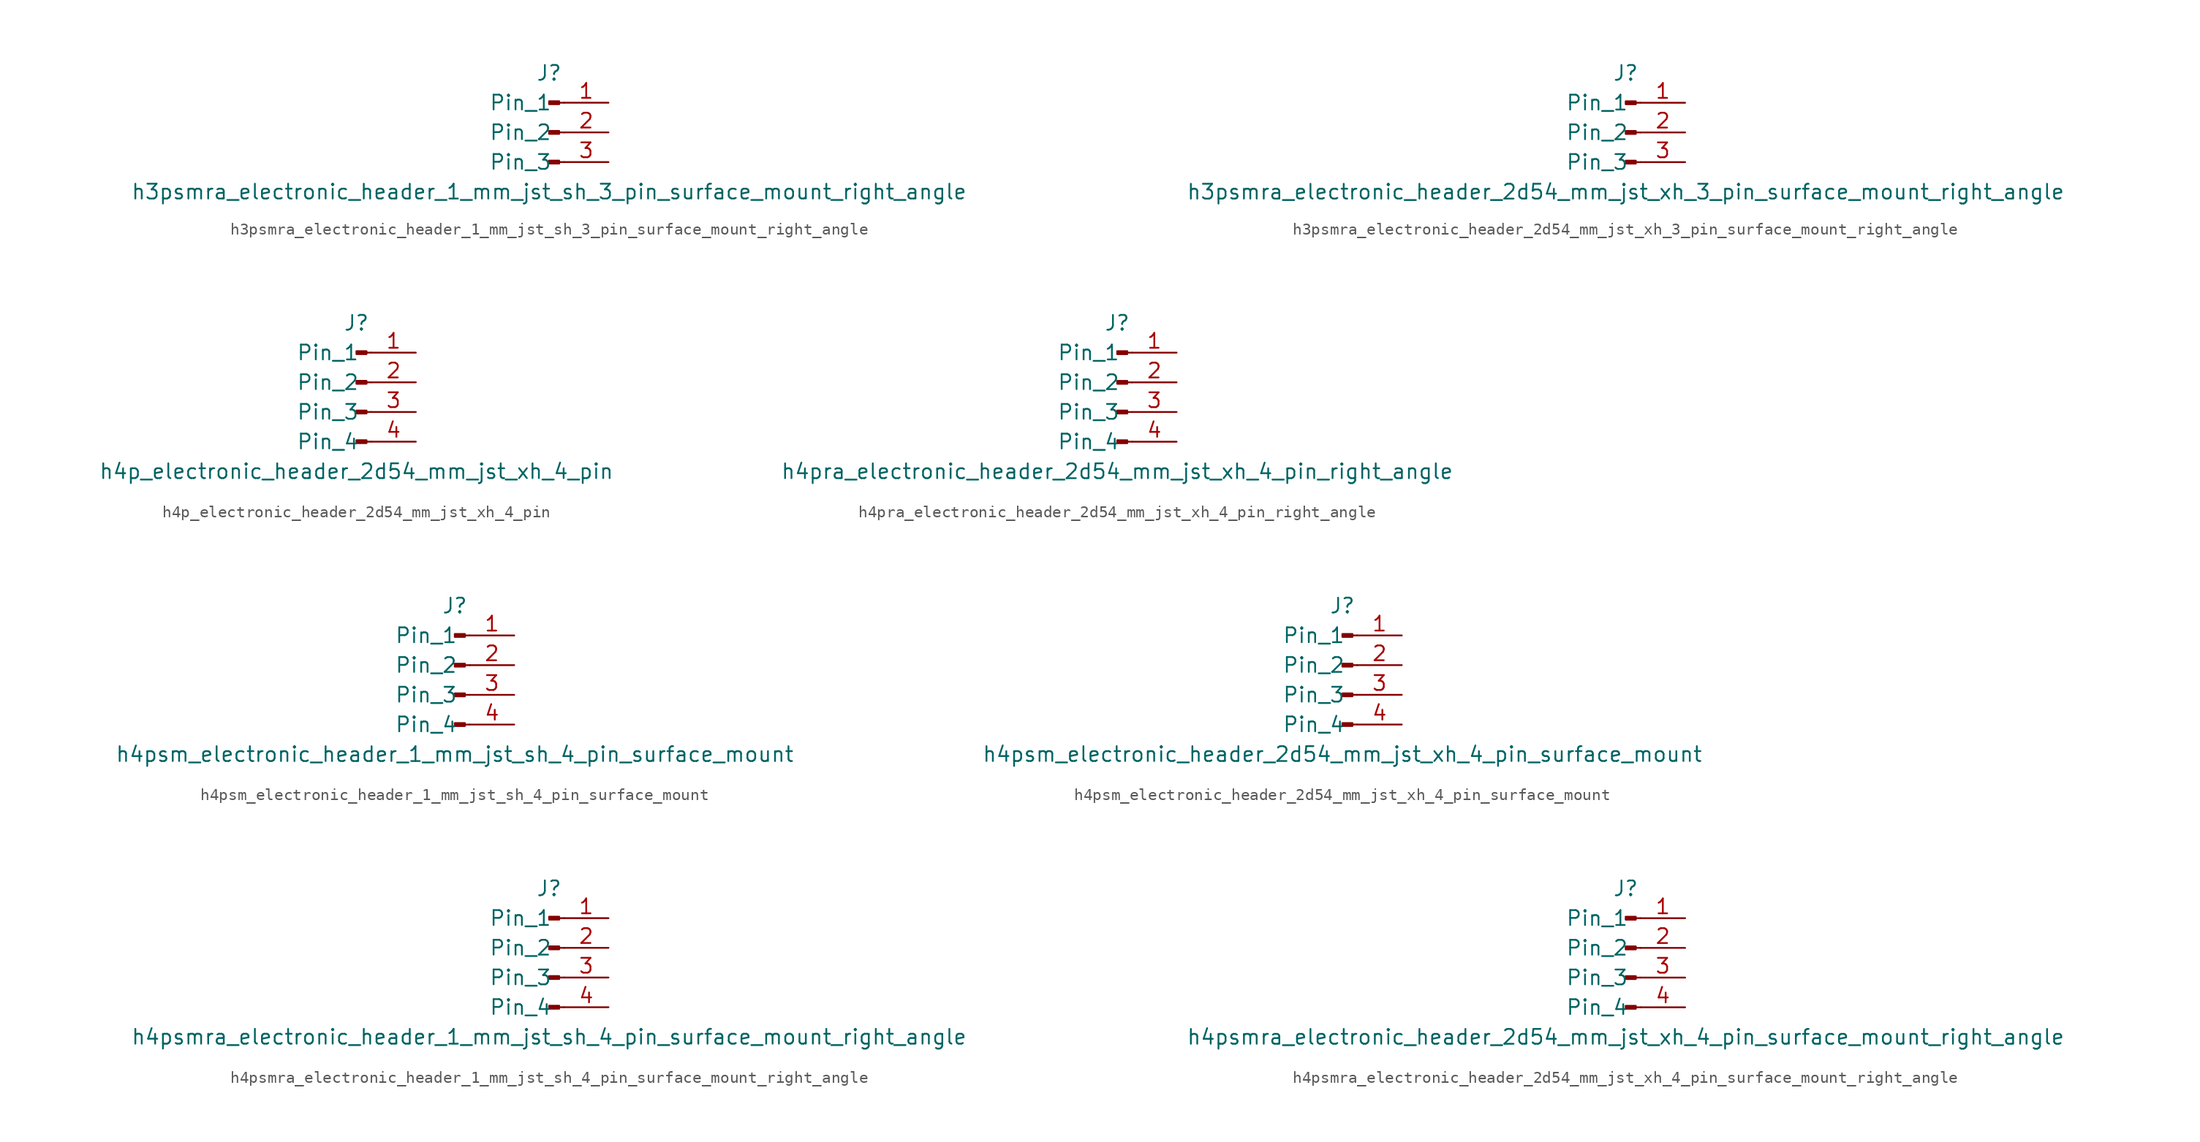
<source format=kicad_sym>
(kicad_symbol_lib
  (version 20220914)
  (generator kicad_symbol_editor)
  (symbol "h3psmra_electronic_header_1_mm_jst_sh_3_pin_surface_mount_right_angle"
    (pin_names
      (offset 1.016))
    (property "Reference" "J"
      (at 0 5.08 0)
      (effects (font (size 1.27 1.27))))
    (property "Value" "h3psmra_electronic_header_1_mm_jst_sh_3_pin_surface_mount_right_angle"
      (at 0 -5.08 0)
      (effects (font (size 1.27 1.27))))
    (property "ki_locked" ""
      (at 0 0 0)
      (effects (font (size 1.27 1.27))))
    (symbol "h3psmra_electronic_header_1_mm_jst_sh_3_pin_surface_mount_right_angle_1_1"
      (polyline (pts (xy 1.27 -2.54) (xy 0.864 -2.54)) (stroke (width 0.152) (type default)) (fill (type none)))
      (polyline (pts (xy 1.27 0) (xy 0.864 0)) (stroke (width 0.152) (type default)) (fill (type none)))
      (polyline (pts (xy 1.27 2.54) (xy 0.864 2.54)) (stroke (width 0.152) (type default)) (fill (type none)))
      (rectangle (start 0.864 -2.413) (end 0 -2.667) (stroke (width 0.152) (type default)) (fill (type outline)))
      (rectangle (start 0.864 0.127) (end 0 -0.127) (stroke (width 0.152) (type default)) (fill (type outline)))
      (rectangle (start 0.864 2.667) (end 0 2.413) (stroke (width 0.152) (type default)) (fill (type outline)))
      (pin passive line (at 5.08 2.54 180) (length 3.81) (name "Pin_1" (effects (font (size 1.27 1.27)))) (number "1" (effects (font (size 1.27 1.27)))))
      (pin passive line (at 5.08 0 180) (length 3.81) (name "Pin_2" (effects (font (size 1.27 1.27)))) (number "2" (effects (font (size 1.27 1.27)))))
      (pin passive line (at 5.08 -2.54 180) (length 3.81) (name "Pin_3" (effects (font (size 1.27 1.27)))) (number "3" (effects (font (size 1.27 1.27)))))))
  (symbol "h3psmra_electronic_header_2d54_mm_jst_xh_3_pin_surface_mount_right_angle"
    (pin_names
      (offset 1.016))
    (property "Reference" "J"
      (at 0 5.08 0)
      (effects (font (size 1.27 1.27))))
    (property "Value" "h3psmra_electronic_header_2d54_mm_jst_xh_3_pin_surface_mount_right_angle"
      (at 0 -5.08 0)
      (effects (font (size 1.27 1.27))))
    (property "ki_locked" ""
      (at 0 0 0)
      (effects (font (size 1.27 1.27))))
    (symbol "h3psmra_electronic_header_2d54_mm_jst_xh_3_pin_surface_mount_right_angle_1_1"
      (polyline (pts (xy 1.27 -2.54) (xy 0.864 -2.54)) (stroke (width 0.152) (type default)) (fill (type none)))
      (polyline (pts (xy 1.27 0) (xy 0.864 0)) (stroke (width 0.152) (type default)) (fill (type none)))
      (polyline (pts (xy 1.27 2.54) (xy 0.864 2.54)) (stroke (width 0.152) (type default)) (fill (type none)))
      (rectangle (start 0.864 -2.413) (end 0 -2.667) (stroke (width 0.152) (type default)) (fill (type outline)))
      (rectangle (start 0.864 0.127) (end 0 -0.127) (stroke (width 0.152) (type default)) (fill (type outline)))
      (rectangle (start 0.864 2.667) (end 0 2.413) (stroke (width 0.152) (type default)) (fill (type outline)))
      (pin passive line (at 5.08 2.54 180) (length 3.81) (name "Pin_1" (effects (font (size 1.27 1.27)))) (number "1" (effects (font (size 1.27 1.27)))))
      (pin passive line (at 5.08 0 180) (length 3.81) (name "Pin_2" (effects (font (size 1.27 1.27)))) (number "2" (effects (font (size 1.27 1.27)))))
      (pin passive line (at 5.08 -2.54 180) (length 3.81) (name "Pin_3" (effects (font (size 1.27 1.27)))) (number "3" (effects (font (size 1.27 1.27)))))))
  (symbol "h4p_electronic_header_2d54_mm_jst_xh_4_pin"
    (pin_names
      (offset 1.016))
    (property "Reference" "J"
      (at 0 5.08 0)
      (effects (font (size 1.27 1.27))))
    (property "Value" "h4p_electronic_header_2d54_mm_jst_xh_4_pin"
      (at 0 -7.62 0)
      (effects (font (size 1.27 1.27))))
    (property "ki_locked" ""
      (at 0 0 0)
      (effects (font (size 1.27 1.27))))
    (symbol "h4p_electronic_header_2d54_mm_jst_xh_4_pin_1_1"
      (polyline (pts (xy 1.27 -5.08) (xy 0.864 -5.08)) (stroke (width 0.152) (type default)) (fill (type none)))
      (polyline (pts (xy 1.27 -2.54) (xy 0.864 -2.54)) (stroke (width 0.152) (type default)) (fill (type none)))
      (polyline (pts (xy 1.27 0) (xy 0.864 0)) (stroke (width 0.152) (type default)) (fill (type none)))
      (polyline (pts (xy 1.27 2.54) (xy 0.864 2.54)) (stroke (width 0.152) (type default)) (fill (type none)))
      (rectangle (start 0.864 -4.953) (end 0 -5.207) (stroke (width 0.152) (type default)) (fill (type outline)))
      (rectangle (start 0.864 -2.413) (end 0 -2.667) (stroke (width 0.152) (type default)) (fill (type outline)))
      (rectangle (start 0.864 0.127) (end 0 -0.127) (stroke (width 0.152) (type default)) (fill (type outline)))
      (rectangle (start 0.864 2.667) (end 0 2.413) (stroke (width 0.152) (type default)) (fill (type outline)))
      (pin passive line (at 5.08 2.54 180) (length 3.81) (name "Pin_1" (effects (font (size 1.27 1.27)))) (number "1" (effects (font (size 1.27 1.27)))))
      (pin passive line (at 5.08 0 180) (length 3.81) (name "Pin_2" (effects (font (size 1.27 1.27)))) (number "2" (effects (font (size 1.27 1.27)))))
      (pin passive line (at 5.08 -2.54 180) (length 3.81) (name "Pin_3" (effects (font (size 1.27 1.27)))) (number "3" (effects (font (size 1.27 1.27)))))
      (pin passive line (at 5.08 -5.08 180) (length 3.81) (name "Pin_4" (effects (font (size 1.27 1.27)))) (number "4" (effects (font (size 1.27 1.27)))))))
  (symbol "h4pra_electronic_header_2d54_mm_jst_xh_4_pin_right_angle"
    (pin_names
      (offset 1.016))
    (property "Reference" "J"
      (at 0 5.08 0)
      (effects (font (size 1.27 1.27))))
    (property "Value" "h4pra_electronic_header_2d54_mm_jst_xh_4_pin_right_angle"
      (at 0 -7.62 0)
      (effects (font (size 1.27 1.27))))
    (property "ki_locked" ""
      (at 0 0 0)
      (effects (font (size 1.27 1.27))))
    (symbol "h4pra_electronic_header_2d54_mm_jst_xh_4_pin_right_angle_1_1"
      (polyline (pts (xy 1.27 -5.08) (xy 0.864 -5.08)) (stroke (width 0.152) (type default)) (fill (type none)))
      (polyline (pts (xy 1.27 -2.54) (xy 0.864 -2.54)) (stroke (width 0.152) (type default)) (fill (type none)))
      (polyline (pts (xy 1.27 0) (xy 0.864 0)) (stroke (width 0.152) (type default)) (fill (type none)))
      (polyline (pts (xy 1.27 2.54) (xy 0.864 2.54)) (stroke (width 0.152) (type default)) (fill (type none)))
      (rectangle (start 0.864 -4.953) (end 0 -5.207) (stroke (width 0.152) (type default)) (fill (type outline)))
      (rectangle (start 0.864 -2.413) (end 0 -2.667) (stroke (width 0.152) (type default)) (fill (type outline)))
      (rectangle (start 0.864 0.127) (end 0 -0.127) (stroke (width 0.152) (type default)) (fill (type outline)))
      (rectangle (start 0.864 2.667) (end 0 2.413) (stroke (width 0.152) (type default)) (fill (type outline)))
      (pin passive line (at 5.08 2.54 180) (length 3.81) (name "Pin_1" (effects (font (size 1.27 1.27)))) (number "1" (effects (font (size 1.27 1.27)))))
      (pin passive line (at 5.08 0 180) (length 3.81) (name "Pin_2" (effects (font (size 1.27 1.27)))) (number "2" (effects (font (size 1.27 1.27)))))
      (pin passive line (at 5.08 -2.54 180) (length 3.81) (name "Pin_3" (effects (font (size 1.27 1.27)))) (number "3" (effects (font (size 1.27 1.27)))))
      (pin passive line (at 5.08 -5.08 180) (length 3.81) (name "Pin_4" (effects (font (size 1.27 1.27)))) (number "4" (effects (font (size 1.27 1.27)))))))
  (symbol "h4psm_electronic_header_1_mm_jst_sh_4_pin_surface_mount"
    (pin_names
      (offset 1.016))
    (property "Reference" "J"
      (at 0 5.08 0)
      (effects (font (size 1.27 1.27))))
    (property "Value" "h4psm_electronic_header_1_mm_jst_sh_4_pin_surface_mount"
      (at 0 -7.62 0)
      (effects (font (size 1.27 1.27))))
    (property "ki_locked" ""
      (at 0 0 0)
      (effects (font (size 1.27 1.27))))
    (symbol "h4psm_electronic_header_1_mm_jst_sh_4_pin_surface_mount_1_1"
      (polyline (pts (xy 1.27 -5.08) (xy 0.864 -5.08)) (stroke (width 0.152) (type default)) (fill (type none)))
      (polyline (pts (xy 1.27 -2.54) (xy 0.864 -2.54)) (stroke (width 0.152) (type default)) (fill (type none)))
      (polyline (pts (xy 1.27 0) (xy 0.864 0)) (stroke (width 0.152) (type default)) (fill (type none)))
      (polyline (pts (xy 1.27 2.54) (xy 0.864 2.54)) (stroke (width 0.152) (type default)) (fill (type none)))
      (rectangle (start 0.864 -4.953) (end 0 -5.207) (stroke (width 0.152) (type default)) (fill (type outline)))
      (rectangle (start 0.864 -2.413) (end 0 -2.667) (stroke (width 0.152) (type default)) (fill (type outline)))
      (rectangle (start 0.864 0.127) (end 0 -0.127) (stroke (width 0.152) (type default)) (fill (type outline)))
      (rectangle (start 0.864 2.667) (end 0 2.413) (stroke (width 0.152) (type default)) (fill (type outline)))
      (pin passive line (at 5.08 2.54 180) (length 3.81) (name "Pin_1" (effects (font (size 1.27 1.27)))) (number "1" (effects (font (size 1.27 1.27)))))
      (pin passive line (at 5.08 0 180) (length 3.81) (name "Pin_2" (effects (font (size 1.27 1.27)))) (number "2" (effects (font (size 1.27 1.27)))))
      (pin passive line (at 5.08 -2.54 180) (length 3.81) (name "Pin_3" (effects (font (size 1.27 1.27)))) (number "3" (effects (font (size 1.27 1.27)))))
      (pin passive line (at 5.08 -5.08 180) (length 3.81) (name "Pin_4" (effects (font (size 1.27 1.27)))) (number "4" (effects (font (size 1.27 1.27)))))))
  (symbol "h4psm_electronic_header_2d54_mm_jst_xh_4_pin_surface_mount"
    (pin_names
      (offset 1.016))
    (property "Reference" "J"
      (at 0 5.08 0)
      (effects (font (size 1.27 1.27))))
    (property "Value" "h4psm_electronic_header_2d54_mm_jst_xh_4_pin_surface_mount"
      (at 0 -7.62 0)
      (effects (font (size 1.27 1.27))))
    (property "ki_locked" ""
      (at 0 0 0)
      (effects (font (size 1.27 1.27))))
    (symbol "h4psm_electronic_header_2d54_mm_jst_xh_4_pin_surface_mount_1_1"
      (polyline (pts (xy 1.27 -5.08) (xy 0.864 -5.08)) (stroke (width 0.152) (type default)) (fill (type none)))
      (polyline (pts (xy 1.27 -2.54) (xy 0.864 -2.54)) (stroke (width 0.152) (type default)) (fill (type none)))
      (polyline (pts (xy 1.27 0) (xy 0.864 0)) (stroke (width 0.152) (type default)) (fill (type none)))
      (polyline (pts (xy 1.27 2.54) (xy 0.864 2.54)) (stroke (width 0.152) (type default)) (fill (type none)))
      (rectangle (start 0.864 -4.953) (end 0 -5.207) (stroke (width 0.152) (type default)) (fill (type outline)))
      (rectangle (start 0.864 -2.413) (end 0 -2.667) (stroke (width 0.152) (type default)) (fill (type outline)))
      (rectangle (start 0.864 0.127) (end 0 -0.127) (stroke (width 0.152) (type default)) (fill (type outline)))
      (rectangle (start 0.864 2.667) (end 0 2.413) (stroke (width 0.152) (type default)) (fill (type outline)))
      (pin passive line (at 5.08 2.54 180) (length 3.81) (name "Pin_1" (effects (font (size 1.27 1.27)))) (number "1" (effects (font (size 1.27 1.27)))))
      (pin passive line (at 5.08 0 180) (length 3.81) (name "Pin_2" (effects (font (size 1.27 1.27)))) (number "2" (effects (font (size 1.27 1.27)))))
      (pin passive line (at 5.08 -2.54 180) (length 3.81) (name "Pin_3" (effects (font (size 1.27 1.27)))) (number "3" (effects (font (size 1.27 1.27)))))
      (pin passive line (at 5.08 -5.08 180) (length 3.81) (name "Pin_4" (effects (font (size 1.27 1.27)))) (number "4" (effects (font (size 1.27 1.27)))))))
  (symbol "h4psmra_electronic_header_1_mm_jst_sh_4_pin_surface_mount_right_angle"
    (pin_names
      (offset 1.016))
    (property "Reference" "J"
      (at 0 5.08 0)
      (effects (font (size 1.27 1.27))))
    (property "Value" "h4psmra_electronic_header_1_mm_jst_sh_4_pin_surface_mount_right_angle"
      (at 0 -7.62 0)
      (effects (font (size 1.27 1.27))))
    (property "ki_locked" ""
      (at 0 0 0)
      (effects (font (size 1.27 1.27))))
    (symbol "h4psmra_electronic_header_1_mm_jst_sh_4_pin_surface_mount_right_angle_1_1"
      (polyline (pts (xy 1.27 -5.08) (xy 0.864 -5.08)) (stroke (width 0.152) (type default)) (fill (type none)))
      (polyline (pts (xy 1.27 -2.54) (xy 0.864 -2.54)) (stroke (width 0.152) (type default)) (fill (type none)))
      (polyline (pts (xy 1.27 0) (xy 0.864 0)) (stroke (width 0.152) (type default)) (fill (type none)))
      (polyline (pts (xy 1.27 2.54) (xy 0.864 2.54)) (stroke (width 0.152) (type default)) (fill (type none)))
      (rectangle (start 0.864 -4.953) (end 0 -5.207) (stroke (width 0.152) (type default)) (fill (type outline)))
      (rectangle (start 0.864 -2.413) (end 0 -2.667) (stroke (width 0.152) (type default)) (fill (type outline)))
      (rectangle (start 0.864 0.127) (end 0 -0.127) (stroke (width 0.152) (type default)) (fill (type outline)))
      (rectangle (start 0.864 2.667) (end 0 2.413) (stroke (width 0.152) (type default)) (fill (type outline)))
      (pin passive line (at 5.08 2.54 180) (length 3.81) (name "Pin_1" (effects (font (size 1.27 1.27)))) (number "1" (effects (font (size 1.27 1.27)))))
      (pin passive line (at 5.08 0 180) (length 3.81) (name "Pin_2" (effects (font (size 1.27 1.27)))) (number "2" (effects (font (size 1.27 1.27)))))
      (pin passive line (at 5.08 -2.54 180) (length 3.81) (name "Pin_3" (effects (font (size 1.27 1.27)))) (number "3" (effects (font (size 1.27 1.27)))))
      (pin passive line (at 5.08 -5.08 180) (length 3.81) (name "Pin_4" (effects (font (size 1.27 1.27)))) (number "4" (effects (font (size 1.27 1.27)))))))
  (symbol "h4psmra_electronic_header_2d54_mm_jst_xh_4_pin_surface_mount_right_angle"
    (pin_names
      (offset 1.016))
    (property "Reference" "J"
      (at 0 5.08 0)
      (effects (font (size 1.27 1.27))))
    (property "Value" "h4psmra_electronic_header_2d54_mm_jst_xh_4_pin_surface_mount_right_angle"
      (at 0 -7.62 0)
      (effects (font (size 1.27 1.27))))
    (property "ki_locked" ""
      (at 0 0 0)
      (effects (font (size 1.27 1.27))))
    (symbol "h4psmra_electronic_header_2d54_mm_jst_xh_4_pin_surface_mount_right_angle_1_1"
      (polyline (pts (xy 1.27 -5.08) (xy 0.864 -5.08)) (stroke (width 0.152) (type default)) (fill (type none)))
      (polyline (pts (xy 1.27 -2.54) (xy 0.864 -2.54)) (stroke (width 0.152) (type default)) (fill (type none)))
      (polyline (pts (xy 1.27 0) (xy 0.864 0)) (stroke (width 0.152) (type default)) (fill (type none)))
      (polyline (pts (xy 1.27 2.54) (xy 0.864 2.54)) (stroke (width 0.152) (type default)) (fill (type none)))
      (rectangle (start 0.864 -4.953) (end 0 -5.207) (stroke (width 0.152) (type default)) (fill (type outline)))
      (rectangle (start 0.864 -2.413) (end 0 -2.667) (stroke (width 0.152) (type default)) (fill (type outline)))
      (rectangle (start 0.864 0.127) (end 0 -0.127) (stroke (width 0.152) (type default)) (fill (type outline)))
      (rectangle (start 0.864 2.667) (end 0 2.413) (stroke (width 0.152) (type default)) (fill (type outline)))
      (pin passive line (at 5.08 2.54 180) (length 3.81) (name "Pin_1" (effects (font (size 1.27 1.27)))) (number "1" (effects (font (size 1.27 1.27)))))
      (pin passive line (at 5.08 0 180) (length 3.81) (name "Pin_2" (effects (font (size 1.27 1.27)))) (number "2" (effects (font (size 1.27 1.27)))))
      (pin passive line (at 5.08 -2.54 180) (length 3.81) (name "Pin_3" (effects (font (size 1.27 1.27)))) (number "3" (effects (font (size 1.27 1.27)))))
      (pin passive line (at 5.08 -5.08 180) (length 3.81) (name "Pin_4" (effects (font (size 1.27 1.27)))) (number "4" (effects (font (size 1.27 1.27))))))))
</source>
